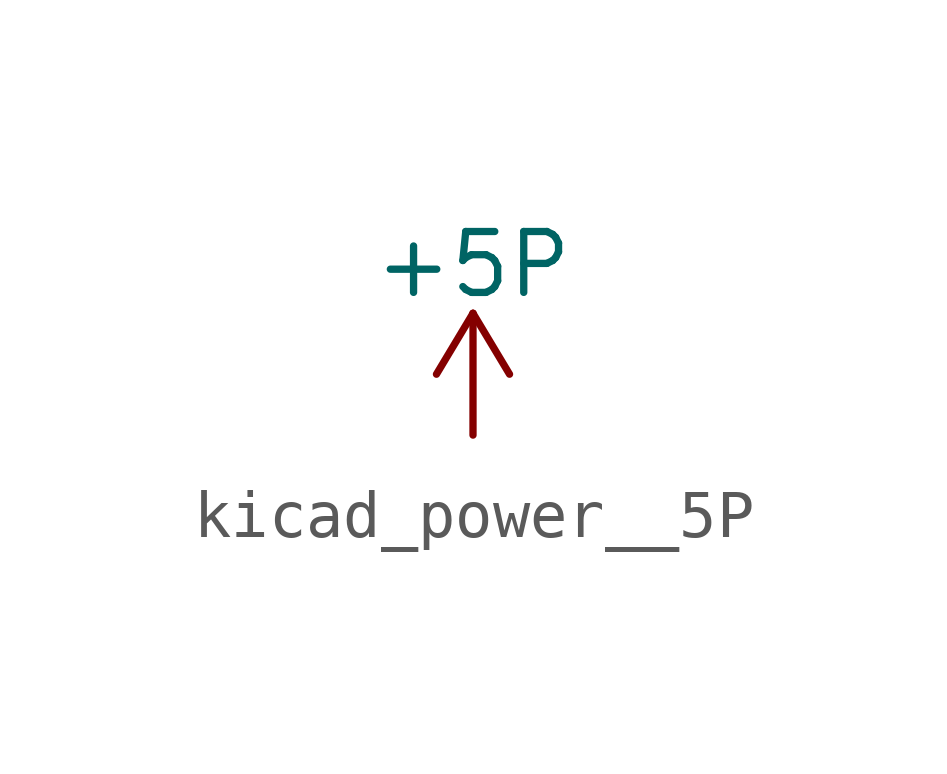
<source format=kicad_sym>
(kicad_symbol_lib
  (version 20220914)
  (generator kicad_symbol_editor)
  (symbol "kicad_power__5P"
    (power)
    (pin_names
      (offset 0))
    (property "Reference" "#PWR"
      (at 0 -3.81 0)
      (effects (font (size 1.27 1.27)) hide))
    (property "Value" "+5P"
      (at 0 3.556 0)
      (effects (font (size 1.27 1.27))))
    (symbol "kicad_power__5P_0_1"
      (polyline (pts (xy -0.762 1.27) (xy 0 2.54)) (stroke (width 0) (type default)) (fill (type none)))
      (polyline (pts (xy 0 0) (xy 0 2.54)) (stroke (width 0) (type default)) (fill (type none)))
      (polyline (pts (xy 0 2.54) (xy 0.762 1.27)) (stroke (width 0) (type default)) (fill (type none))))
    (symbol "kicad_power__5P_1_1"
      (pin power_in line (at 0 0 90) (length 0) hide (name "+5P" (effects (font (size 1.27 1.27)))) (number "1" (effects (font (size 1.27 1.27))))))))
</source>
